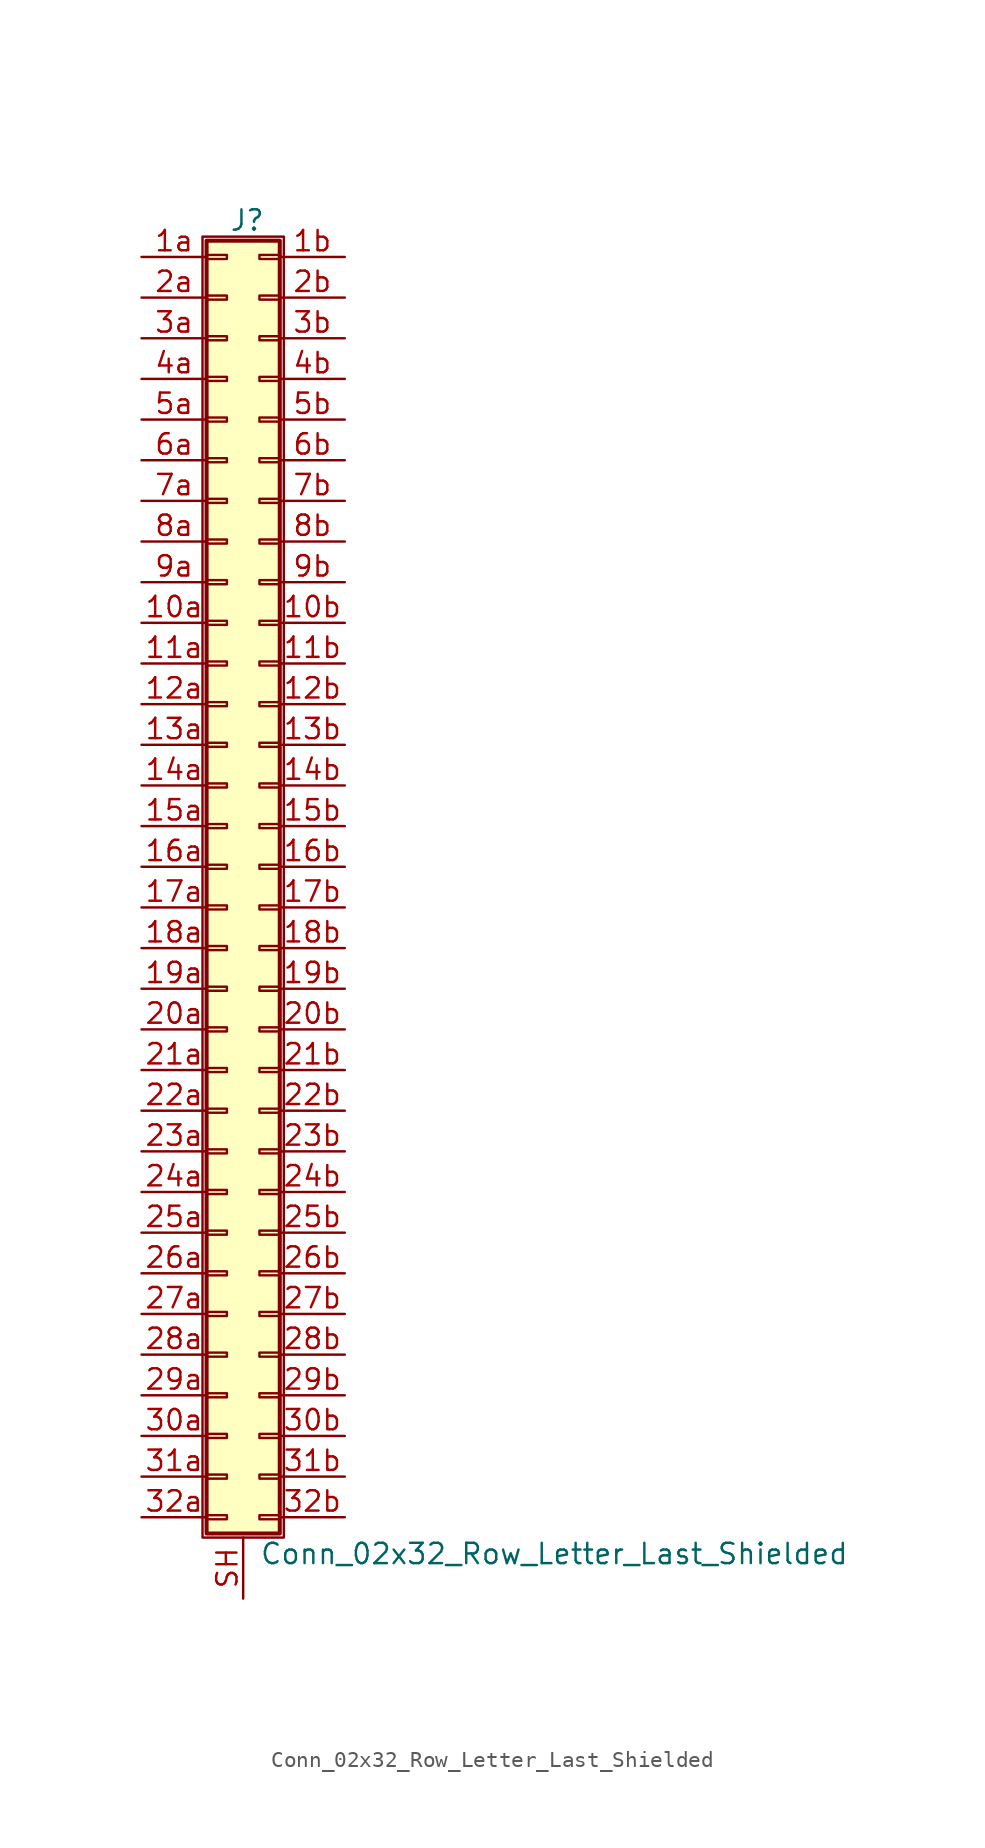
<source format=kicad_sym>
(kicad_symbol_lib
  (version 20201005)
  (generator kicad_symbol_editor)
  (symbol "Conn_02x32_Row_Letter_Last_Shielded"
    (pin_names
      (offset 1.016) hide)
    (property "Reference" "J"
      (at 1.524 40.386 0)
      (effects (font (size 1.27 1.27))))
    (property "Value" "Conn_02x32_Row_Letter_Last_Shielded"
      (at 2.286 -42.926 0)
      (effects (font (size 1.27 1.27)) (justify left)))
    (symbol "Conn_02x32_Row_Letter_Last_Shielded_1_1"
      (rectangle (start -1.27 39.37) (end 3.81 -41.91) (stroke (width 0.152)) (fill (type none)))
      (rectangle (start -1.016 -40.513) (end 0.254 -40.767) (stroke (width 0.152)) (fill (type none)))
      (rectangle (start -1.016 -37.973) (end 0.254 -38.227) (stroke (width 0.152)) (fill (type none)))
      (rectangle (start -1.016 -35.433) (end 0.254 -35.687) (stroke (width 0.152)) (fill (type none)))
      (rectangle (start -1.016 -32.893) (end 0.254 -33.147) (stroke (width 0.152)) (fill (type none)))
      (rectangle (start -1.016 -30.353) (end 0.254 -30.607) (stroke (width 0.152)) (fill (type none)))
      (rectangle (start -1.016 -27.813) (end 0.254 -28.067) (stroke (width 0.152)) (fill (type none)))
      (rectangle (start -1.016 -25.273) (end 0.254 -25.527) (stroke (width 0.152)) (fill (type none)))
      (rectangle (start -1.016 -22.733) (end 0.254 -22.987) (stroke (width 0.152)) (fill (type none)))
      (rectangle (start -1.016 -20.193) (end 0.254 -20.447) (stroke (width 0.152)) (fill (type none)))
      (rectangle (start -1.016 -17.653) (end 0.254 -17.907) (stroke (width 0.152)) (fill (type none)))
      (rectangle (start -1.016 -15.113) (end 0.254 -15.367) (stroke (width 0.152)) (fill (type none)))
      (rectangle (start -1.016 -12.573) (end 0.254 -12.827) (stroke (width 0.152)) (fill (type none)))
      (rectangle (start -1.016 -10.033) (end 0.254 -10.287) (stroke (width 0.152)) (fill (type none)))
      (rectangle (start -1.016 -7.493) (end 0.254 -7.747) (stroke (width 0.152)) (fill (type none)))
      (rectangle (start -1.016 -4.953) (end 0.254 -5.207) (stroke (width 0.152)) (fill (type none)))
      (rectangle (start -1.016 -2.413) (end 0.254 -2.667) (stroke (width 0.152)) (fill (type none)))
      (rectangle (start -1.016 0.127) (end 0.254 -0.127) (stroke (width 0.152)) (fill (type none)))
      (rectangle (start -1.016 2.667) (end 0.254 2.413) (stroke (width 0.152)) (fill (type none)))
      (rectangle (start -1.016 5.207) (end 0.254 4.953) (stroke (width 0.152)) (fill (type none)))
      (rectangle (start -1.016 7.747) (end 0.254 7.493) (stroke (width 0.152)) (fill (type none)))
      (rectangle (start -1.016 10.287) (end 0.254 10.033) (stroke (width 0.152)) (fill (type none)))
      (rectangle (start -1.016 12.827) (end 0.254 12.573) (stroke (width 0.152)) (fill (type none)))
      (rectangle (start -1.016 15.367) (end 0.254 15.113) (stroke (width 0.152)) (fill (type none)))
      (rectangle (start -1.016 17.907) (end 0.254 17.653) (stroke (width 0.152)) (fill (type none)))
      (rectangle (start -1.016 20.447) (end 0.254 20.193) (stroke (width 0.152)) (fill (type none)))
      (rectangle (start -1.016 22.987) (end 0.254 22.733) (stroke (width 0.152)) (fill (type none)))
      (rectangle (start -1.016 25.527) (end 0.254 25.273) (stroke (width 0.152)) (fill (type none)))
      (rectangle (start -1.016 28.067) (end 0.254 27.813) (stroke (width 0.152)) (fill (type none)))
      (rectangle (start -1.016 30.607) (end 0.254 30.353) (stroke (width 0.152)) (fill (type none)))
      (rectangle (start -1.016 33.147) (end 0.254 32.893) (stroke (width 0.152)) (fill (type none)))
      (rectangle (start -1.016 35.687) (end 0.254 35.433) (stroke (width 0.152)) (fill (type none)))
      (rectangle (start -1.016 38.227) (end 0.254 37.973) (stroke (width 0.152)) (fill (type none)))
      (rectangle (start 3.556 -40.513) (end 2.286 -40.767) (stroke (width 0.152)) (fill (type none)))
      (rectangle (start 3.556 -37.973) (end 2.286 -38.227) (stroke (width 0.152)) (fill (type none)))
      (rectangle (start 3.556 -35.433) (end 2.286 -35.687) (stroke (width 0.152)) (fill (type none)))
      (rectangle (start 3.556 -32.893) (end 2.286 -33.147) (stroke (width 0.152)) (fill (type none)))
      (rectangle (start 3.556 -30.353) (end 2.286 -30.607) (stroke (width 0.152)) (fill (type none)))
      (rectangle (start 3.556 -27.813) (end 2.286 -28.067) (stroke (width 0.152)) (fill (type none)))
      (rectangle (start 3.556 -25.273) (end 2.286 -25.527) (stroke (width 0.152)) (fill (type none)))
      (rectangle (start 3.556 -22.733) (end 2.286 -22.987) (stroke (width 0.152)) (fill (type none)))
      (rectangle (start 3.556 -20.193) (end 2.286 -20.447) (stroke (width 0.152)) (fill (type none)))
      (rectangle (start 3.556 -17.653) (end 2.286 -17.907) (stroke (width 0.152)) (fill (type none)))
      (rectangle (start 3.556 -15.113) (end 2.286 -15.367) (stroke (width 0.152)) (fill (type none)))
      (rectangle (start 3.556 -12.573) (end 2.286 -12.827) (stroke (width 0.152)) (fill (type none)))
      (rectangle (start 3.556 -10.033) (end 2.286 -10.287) (stroke (width 0.152)) (fill (type none)))
      (rectangle (start 3.556 -7.493) (end 2.286 -7.747) (stroke (width 0.152)) (fill (type none)))
      (rectangle (start 3.556 -4.953) (end 2.286 -5.207) (stroke (width 0.152)) (fill (type none)))
      (rectangle (start 3.556 -2.413) (end 2.286 -2.667) (stroke (width 0.152)) (fill (type none)))
      (rectangle (start 3.556 0.127) (end 2.286 -0.127) (stroke (width 0.152)) (fill (type none)))
      (rectangle (start 3.556 2.667) (end 2.286 2.413) (stroke (width 0.152)) (fill (type none)))
      (rectangle (start 3.556 5.207) (end 2.286 4.953) (stroke (width 0.152)) (fill (type none)))
      (rectangle (start 3.556 7.747) (end 2.286 7.493) (stroke (width 0.152)) (fill (type none)))
      (rectangle (start 3.556 10.287) (end 2.286 10.033) (stroke (width 0.152)) (fill (type none)))
      (rectangle (start 3.556 12.827) (end 2.286 12.573) (stroke (width 0.152)) (fill (type none)))
      (rectangle (start 3.556 15.367) (end 2.286 15.113) (stroke (width 0.152)) (fill (type none)))
      (rectangle (start 3.556 17.907) (end 2.286 17.653) (stroke (width 0.152)) (fill (type none)))
      (rectangle (start 3.556 20.447) (end 2.286 20.193) (stroke (width 0.152)) (fill (type none)))
      (rectangle (start 3.556 22.987) (end 2.286 22.733) (stroke (width 0.152)) (fill (type none)))
      (rectangle (start 3.556 25.527) (end 2.286 25.273) (stroke (width 0.152)) (fill (type none)))
      (rectangle (start 3.556 28.067) (end 2.286 27.813) (stroke (width 0.152)) (fill (type none)))
      (rectangle (start 3.556 30.607) (end 2.286 30.353) (stroke (width 0.152)) (fill (type none)))
      (rectangle (start 3.556 33.147) (end 2.286 32.893) (stroke (width 0.152)) (fill (type none)))
      (rectangle (start 3.556 35.687) (end 2.286 35.433) (stroke (width 0.152)) (fill (type none)))
      (rectangle (start 3.556 38.227) (end 2.286 37.973) (stroke (width 0.152)) (fill (type none)))
      (rectangle (start -1.016 39.116) (end 3.556 -41.656) (stroke (width 0.254)) (fill (type background)))
      (pin passive line (at -5.08 15.24 0) (length 4.064) (name "Pin_10a" (effects (font (size 1.27 1.27)))) (number "10a" (effects (font (size 1.27 1.27)))))
      (pin passive line (at 7.62 15.24 180) (length 4.064) (name "Pin_10b" (effects (font (size 1.27 1.27)))) (number "10b" (effects (font (size 1.27 1.27)))))
      (pin passive line (at -5.08 12.7 0) (length 4.064) (name "Pin_11a" (effects (font (size 1.27 1.27)))) (number "11a" (effects (font (size 1.27 1.27)))))
      (pin passive line (at 7.62 12.7 180) (length 4.064) (name "Pin_11b" (effects (font (size 1.27 1.27)))) (number "11b" (effects (font (size 1.27 1.27)))))
      (pin passive line (at -5.08 10.16 0) (length 4.064) (name "Pin_12a" (effects (font (size 1.27 1.27)))) (number "12a" (effects (font (size 1.27 1.27)))))
      (pin passive line (at 7.62 10.16 180) (length 4.064) (name "Pin_12b" (effects (font (size 1.27 1.27)))) (number "12b" (effects (font (size 1.27 1.27)))))
      (pin passive line (at -5.08 7.62 0) (length 4.064) (name "Pin_13a" (effects (font (size 1.27 1.27)))) (number "13a" (effects (font (size 1.27 1.27)))))
      (pin passive line (at 7.62 7.62 180) (length 4.064) (name "Pin_13b" (effects (font (size 1.27 1.27)))) (number "13b" (effects (font (size 1.27 1.27)))))
      (pin passive line (at -5.08 5.08 0) (length 4.064) (name "Pin_14a" (effects (font (size 1.27 1.27)))) (number "14a" (effects (font (size 1.27 1.27)))))
      (pin passive line (at 7.62 5.08 180) (length 4.064) (name "Pin_14b" (effects (font (size 1.27 1.27)))) (number "14b" (effects (font (size 1.27 1.27)))))
      (pin passive line (at -5.08 2.54 0) (length 4.064) (name "Pin_15a" (effects (font (size 1.27 1.27)))) (number "15a" (effects (font (size 1.27 1.27)))))
      (pin passive line (at 7.62 2.54 180) (length 4.064) (name "Pin_15b" (effects (font (size 1.27 1.27)))) (number "15b" (effects (font (size 1.27 1.27)))))
      (pin passive line (at -5.08 0 0) (length 4.064) (name "Pin_16a" (effects (font (size 1.27 1.27)))) (number "16a" (effects (font (size 1.27 1.27)))))
      (pin passive line (at 7.62 0 180) (length 4.064) (name "Pin_16b" (effects (font (size 1.27 1.27)))) (number "16b" (effects (font (size 1.27 1.27)))))
      (pin passive line (at -5.08 -2.54 0) (length 4.064) (name "Pin_17a" (effects (font (size 1.27 1.27)))) (number "17a" (effects (font (size 1.27 1.27)))))
      (pin passive line (at 7.62 -2.54 180) (length 4.064) (name "Pin_17b" (effects (font (size 1.27 1.27)))) (number "17b" (effects (font (size 1.27 1.27)))))
      (pin passive line (at -5.08 -5.08 0) (length 4.064) (name "Pin_18a" (effects (font (size 1.27 1.27)))) (number "18a" (effects (font (size 1.27 1.27)))))
      (pin passive line (at 7.62 -5.08 180) (length 4.064) (name "Pin_18b" (effects (font (size 1.27 1.27)))) (number "18b" (effects (font (size 1.27 1.27)))))
      (pin passive line (at -5.08 -7.62 0) (length 4.064) (name "Pin_19a" (effects (font (size 1.27 1.27)))) (number "19a" (effects (font (size 1.27 1.27)))))
      (pin passive line (at 7.62 -7.62 180) (length 4.064) (name "Pin_19b" (effects (font (size 1.27 1.27)))) (number "19b" (effects (font (size 1.27 1.27)))))
      (pin passive line (at -5.08 38.1 0) (length 4.064) (name "Pin_1a" (effects (font (size 1.27 1.27)))) (number "1a" (effects (font (size 1.27 1.27)))))
      (pin passive line (at 7.62 38.1 180) (length 4.064) (name "Pin_1b" (effects (font (size 1.27 1.27)))) (number "1b" (effects (font (size 1.27 1.27)))))
      (pin passive line (at -5.08 -10.16 0) (length 4.064) (name "Pin_20a" (effects (font (size 1.27 1.27)))) (number "20a" (effects (font (size 1.27 1.27)))))
      (pin passive line (at 7.62 -10.16 180) (length 4.064) (name "Pin_20b" (effects (font (size 1.27 1.27)))) (number "20b" (effects (font (size 1.27 1.27)))))
      (pin passive line (at -5.08 -12.7 0) (length 4.064) (name "Pin_21a" (effects (font (size 1.27 1.27)))) (number "21a" (effects (font (size 1.27 1.27)))))
      (pin passive line (at 7.62 -12.7 180) (length 4.064) (name "Pin_21b" (effects (font (size 1.27 1.27)))) (number "21b" (effects (font (size 1.27 1.27)))))
      (pin passive line (at -5.08 -15.24 0) (length 4.064) (name "Pin_22a" (effects (font (size 1.27 1.27)))) (number "22a" (effects (font (size 1.27 1.27)))))
      (pin passive line (at 7.62 -15.24 180) (length 4.064) (name "Pin_22b" (effects (font (size 1.27 1.27)))) (number "22b" (effects (font (size 1.27 1.27)))))
      (pin passive line (at -5.08 -17.78 0) (length 4.064) (name "Pin_23a" (effects (font (size 1.27 1.27)))) (number "23a" (effects (font (size 1.27 1.27)))))
      (pin passive line (at 7.62 -17.78 180) (length 4.064) (name "Pin_23b" (effects (font (size 1.27 1.27)))) (number "23b" (effects (font (size 1.27 1.27)))))
      (pin passive line (at -5.08 -20.32 0) (length 4.064) (name "Pin_24a" (effects (font (size 1.27 1.27)))) (number "24a" (effects (font (size 1.27 1.27)))))
      (pin passive line (at 7.62 -20.32 180) (length 4.064) (name "Pin_24b" (effects (font (size 1.27 1.27)))) (number "24b" (effects (font (size 1.27 1.27)))))
      (pin passive line (at -5.08 -22.86 0) (length 4.064) (name "Pin_25a" (effects (font (size 1.27 1.27)))) (number "25a" (effects (font (size 1.27 1.27)))))
      (pin passive line (at 7.62 -22.86 180) (length 4.064) (name "Pin_25b" (effects (font (size 1.27 1.27)))) (number "25b" (effects (font (size 1.27 1.27)))))
      (pin passive line (at -5.08 -25.4 0) (length 4.064) (name "Pin_26a" (effects (font (size 1.27 1.27)))) (number "26a" (effects (font (size 1.27 1.27)))))
      (pin passive line (at 7.62 -25.4 180) (length 4.064) (name "Pin_26b" (effects (font (size 1.27 1.27)))) (number "26b" (effects (font (size 1.27 1.27)))))
      (pin passive line (at -5.08 -27.94 0) (length 4.064) (name "Pin_27a" (effects (font (size 1.27 1.27)))) (number "27a" (effects (font (size 1.27 1.27)))))
      (pin passive line (at 7.62 -27.94 180) (length 4.064) (name "Pin_27b" (effects (font (size 1.27 1.27)))) (number "27b" (effects (font (size 1.27 1.27)))))
      (pin passive line (at -5.08 -30.48 0) (length 4.064) (name "Pin_28a" (effects (font (size 1.27 1.27)))) (number "28a" (effects (font (size 1.27 1.27)))))
      (pin passive line (at 7.62 -30.48 180) (length 4.064) (name "Pin_28b" (effects (font (size 1.27 1.27)))) (number "28b" (effects (font (size 1.27 1.27)))))
      (pin passive line (at -5.08 -33.02 0) (length 4.064) (name "Pin_29a" (effects (font (size 1.27 1.27)))) (number "29a" (effects (font (size 1.27 1.27)))))
      (pin passive line (at 7.62 -33.02 180) (length 4.064) (name "Pin_29b" (effects (font (size 1.27 1.27)))) (number "29b" (effects (font (size 1.27 1.27)))))
      (pin passive line (at -5.08 35.56 0) (length 4.064) (name "Pin_2a" (effects (font (size 1.27 1.27)))) (number "2a" (effects (font (size 1.27 1.27)))))
      (pin passive line (at 7.62 35.56 180) (length 4.064) (name "Pin_2b" (effects (font (size 1.27 1.27)))) (number "2b" (effects (font (size 1.27 1.27)))))
      (pin passive line (at -5.08 -35.56 0) (length 4.064) (name "Pin_30a" (effects (font (size 1.27 1.27)))) (number "30a" (effects (font (size 1.27 1.27)))))
      (pin passive line (at 7.62 -35.56 180) (length 4.064) (name "Pin_30b" (effects (font (size 1.27 1.27)))) (number "30b" (effects (font (size 1.27 1.27)))))
      (pin passive line (at -5.08 -38.1 0) (length 4.064) (name "Pin_31a" (effects (font (size 1.27 1.27)))) (number "31a" (effects (font (size 1.27 1.27)))))
      (pin passive line (at 7.62 -38.1 180) (length 4.064) (name "Pin_31b" (effects (font (size 1.27 1.27)))) (number "31b" (effects (font (size 1.27 1.27)))))
      (pin passive line (at -5.08 -40.64 0) (length 4.064) (name "Pin_32a" (effects (font (size 1.27 1.27)))) (number "32a" (effects (font (size 1.27 1.27)))))
      (pin passive line (at 7.62 -40.64 180) (length 4.064) (name "Pin_32b" (effects (font (size 1.27 1.27)))) (number "32b" (effects (font (size 1.27 1.27)))))
      (pin passive line (at -5.08 33.02 0) (length 4.064) (name "Pin_3a" (effects (font (size 1.27 1.27)))) (number "3a" (effects (font (size 1.27 1.27)))))
      (pin passive line (at 7.62 33.02 180) (length 4.064) (name "Pin_3b" (effects (font (size 1.27 1.27)))) (number "3b" (effects (font (size 1.27 1.27)))))
      (pin passive line (at -5.08 30.48 0) (length 4.064) (name "Pin_4a" (effects (font (size 1.27 1.27)))) (number "4a" (effects (font (size 1.27 1.27)))))
      (pin passive line (at 7.62 30.48 180) (length 4.064) (name "Pin_4b" (effects (font (size 1.27 1.27)))) (number "4b" (effects (font (size 1.27 1.27)))))
      (pin passive line (at -5.08 27.94 0) (length 4.064) (name "Pin_5a" (effects (font (size 1.27 1.27)))) (number "5a" (effects (font (size 1.27 1.27)))))
      (pin passive line (at 7.62 27.94 180) (length 4.064) (name "Pin_5b" (effects (font (size 1.27 1.27)))) (number "5b" (effects (font (size 1.27 1.27)))))
      (pin passive line (at -5.08 25.4 0) (length 4.064) (name "Pin_6a" (effects (font (size 1.27 1.27)))) (number "6a" (effects (font (size 1.27 1.27)))))
      (pin passive line (at 7.62 25.4 180) (length 4.064) (name "Pin_6b" (effects (font (size 1.27 1.27)))) (number "6b" (effects (font (size 1.27 1.27)))))
      (pin passive line (at -5.08 22.86 0) (length 4.064) (name "Pin_7a" (effects (font (size 1.27 1.27)))) (number "7a" (effects (font (size 1.27 1.27)))))
      (pin passive line (at 7.62 22.86 180) (length 4.064) (name "Pin_7b" (effects (font (size 1.27 1.27)))) (number "7b" (effects (font (size 1.27 1.27)))))
      (pin passive line (at -5.08 20.32 0) (length 4.064) (name "Pin_8a" (effects (font (size 1.27 1.27)))) (number "8a" (effects (font (size 1.27 1.27)))))
      (pin passive line (at 7.62 20.32 180) (length 4.064) (name "Pin_8b" (effects (font (size 1.27 1.27)))) (number "8b" (effects (font (size 1.27 1.27)))))
      (pin passive line (at -5.08 17.78 0) (length 4.064) (name "Pin_9a" (effects (font (size 1.27 1.27)))) (number "9a" (effects (font (size 1.27 1.27)))))
      (pin passive line (at 7.62 17.78 180) (length 4.064) (name "Pin_9b" (effects (font (size 1.27 1.27)))) (number "9b" (effects (font (size 1.27 1.27)))))
      (pin passive line (at 1.27 -45.72 90) (length 3.81) (name "Shield" (effects (font (size 1.27 1.27)))) (number "SH" (effects (font (size 1.27 1.27))))))))
</source>
